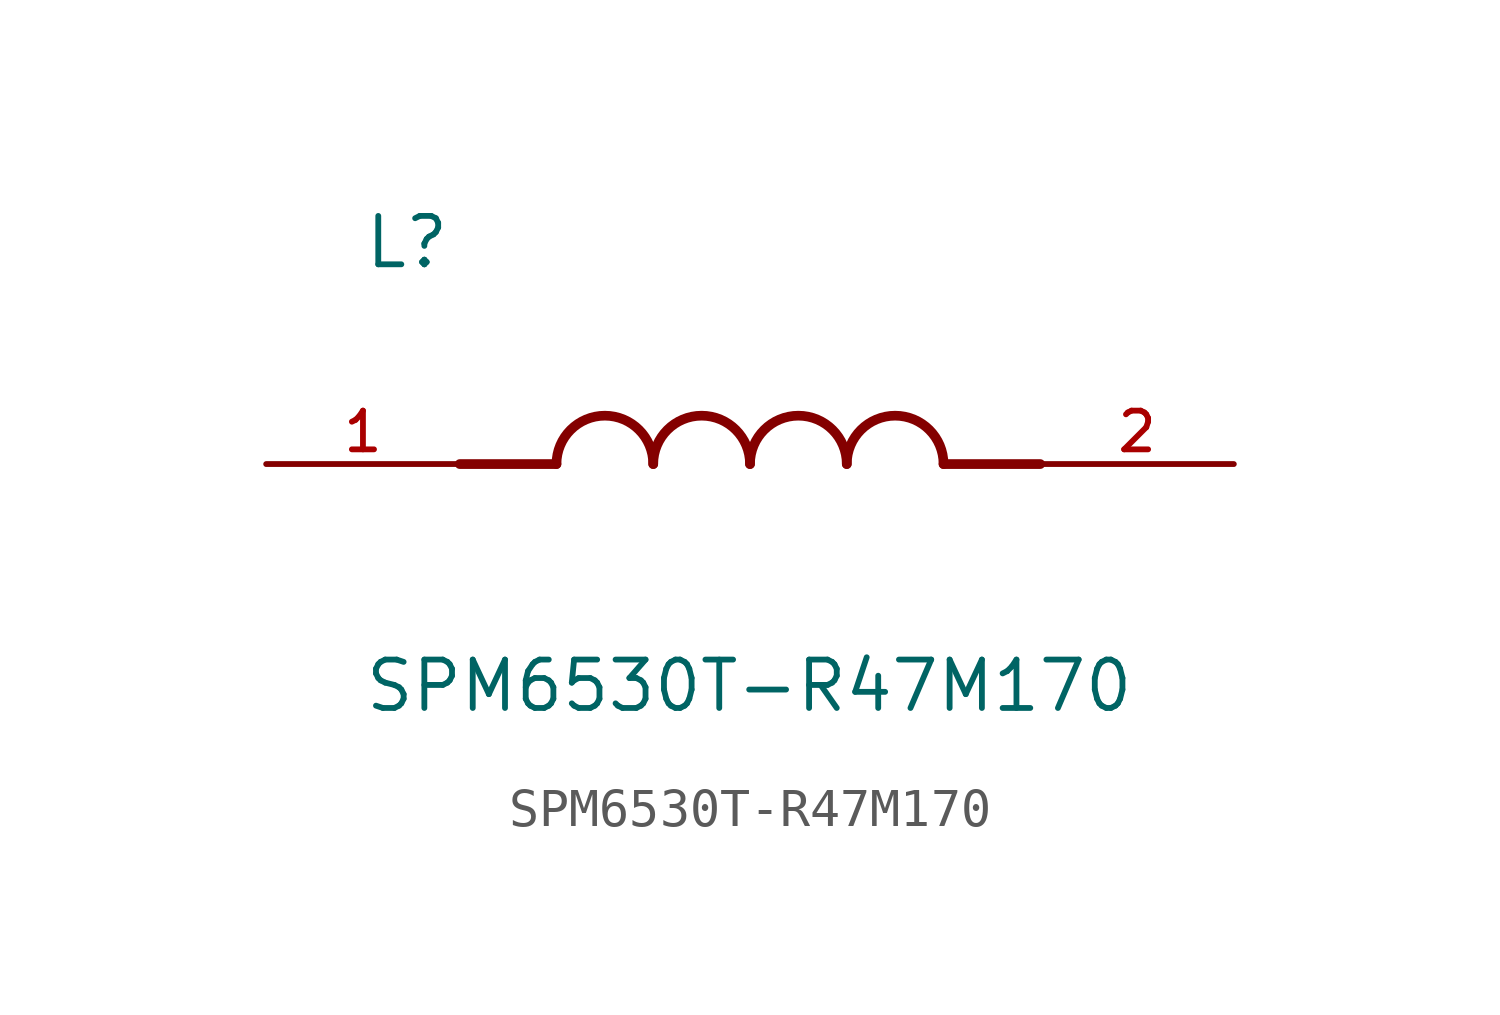
<source format=kicad_sym>
(kicad_symbol_lib
  (version 20211014)
  (generator kicad_symbol_editor)
  (symbol "SPM6530T-R47M170"
    (pin_names
      (offset 1.016))
    (property "Reference" "L"
      (at -10.16 5.08 0)
      (effects (font (size 1.27 1.27)) (justify bottom left)))
    (property "Value" "SPM6530T-R47M170"
      (at -10.16 -5.08 0)
      (effects (font (size 1.27 1.27)) (justify top left)))
    (symbol "SPM6530T-R47M170_0_0"
      (polyline (pts (xy -5.08 0.0) (xy -7.62 0.0)) (stroke (width 0.254)))
      (polyline (pts (xy 5.08 0.0) (xy 7.62 0.0)) (stroke (width 0.254)))
      (arc (start -2.54 0.0) (mid -3.81 1.27) (end -5.08 0.0) (stroke (width 0.254) (type default) (color 0 0 0 0)) (fill (type none)))
      (arc (start 0.0 0.0) (mid -1.27 1.27) (end -2.54 0.0) (stroke (width 0.254) (type default) (color 0 0 0 0)) (fill (type none)))
      (arc (start 2.54 0.0) (mid 1.27 1.27) (end 0.0 0.0) (stroke (width 0.254) (type default) (color 0 0 0 0)) (fill (type none)))
      (arc (start 5.08 0.0) (mid 3.81 1.27) (end 2.54 0.0) (stroke (width 0.254) (type default) (color 0 0 0 0)) (fill (type none)))
      (pin passive line (at -12.7 0.0 0) (length 5.08) (name "~" (effects (font (size 1.016 1.016)))) (number "1" (effects (font (size 1.016 1.016)))))
      (pin passive line (at 12.7 0.0 180.0) (length 5.08) (name "~" (effects (font (size 1.016 1.016)))) (number "2" (effects (font (size 1.016 1.016))))))))
</source>
